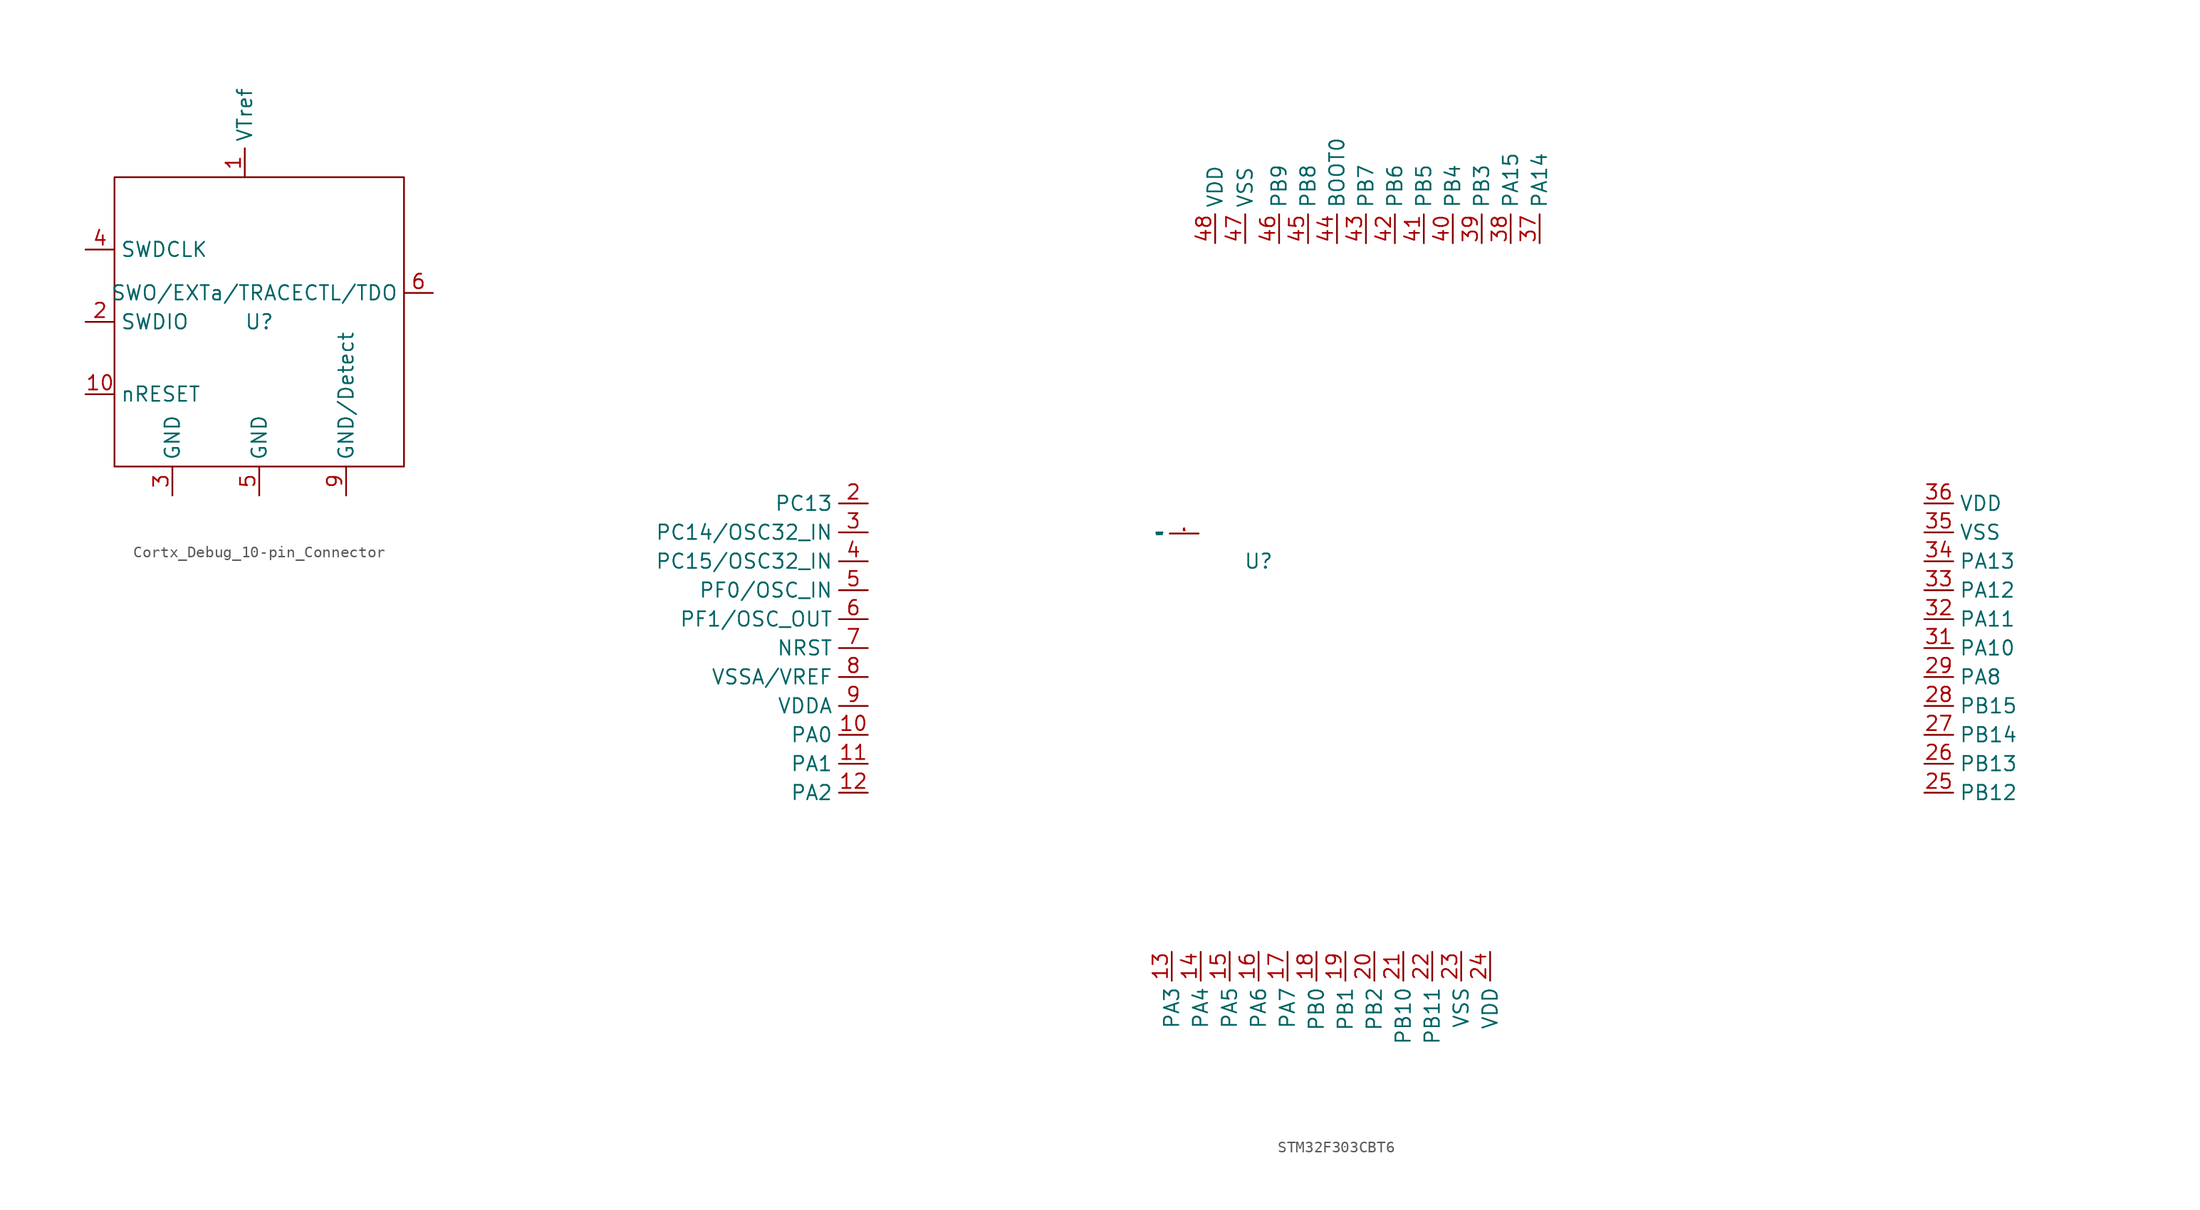
<source format=kicad_sym>
(kicad_symbol_lib
  (version 20220914)
  (generator kicad_symbol_editor)
  (symbol "Cortx_Debug_10-pin_Connector"
    (property "Reference" "U"
      (at 0 0 0)
      (effects (font (size 1.27 1.27))))
    (property "Value" ""
      (at 0 0 0)
      (effects (font (size 1.27 1.27))))
    (symbol "Cortx_Debug_10-pin_Connector_1_1"
      (rectangle (start -12.7 12.7) (end 12.7 -12.7) (stroke (width 0) (type default)) (fill (type none)))
      (pin input line (at -1.27 12.7 90) (length 2.54) (name "VTref" (effects (font (size 1.27 1.27)))) (number "1" (effects (font (size 1.27 1.27)))))
      (pin input line (at -15.24 -6.35 0) (length 2.54) (name "nRESET" (effects (font (size 1.27 1.27)))) (number "10" (effects (font (size 1.27 1.27)))))
      (pin bidirectional line (at -15.24 0 0) (length 2.54) (name "SWDIO" (effects (font (size 1.27 1.27)))) (number "2" (effects (font (size 1.27 1.27)))))
      (pin input line (at -7.62 -15.24 90) (length 2.54) (name "GND" (effects (font (size 1.27 1.27)))) (number "3" (effects (font (size 1.27 1.27)))))
      (pin input line (at -15.24 6.35 0) (length 2.54) (name "SWDCLK" (effects (font (size 1.27 1.27)))) (number "4" (effects (font (size 1.27 1.27)))))
      (pin input line (at 0 -15.24 90) (length 2.54) (name "GND" (effects (font (size 1.27 1.27)))) (number "5" (effects (font (size 1.27 1.27)))))
      (pin output line (at 15.24 2.54 180) (length 2.54) (name "SWO/EXTa/TRACECTL/TDO" (effects (font (size 1.27 1.27)))) (number "6" (effects (font (size 1.27 1.27)))))
      (pin input line (at 7.62 -15.24 90) (length 2.54) (name "GND/Detect" (effects (font (size 1.27 1.27)))) (number "9" (effects (font (size 1.27 1.27)))))))
  (symbol "STM32F303CBT6"
    (property "Reference" "U"
      (at 0 0 0)
      (effects (font (size 1.27 1.27))))
    (property "Value" ""
      (at 0 0 0)
      (effects (font (size 1.27 1.27))))
    (symbol "STM32F303CBT6_1_1"
      (pin input line (at -5.258 2.438 180) (length 2.54) (name "VBAT" (effects (font (size 0.17 0.17)))) (number "1" (effects (font (size 0.17 0.17)))))
      (pin bidirectional line (at -34.29 -15.24 180) (length 2.54) (name "PA0" (effects (font (size 1.27 1.27)))) (number "10" (effects (font (size 1.27 1.27)))))
      (pin bidirectional line (at -34.29 -17.78 180) (length 2.54) (name "PA1" (effects (font (size 1.27 1.27)))) (number "11" (effects (font (size 1.27 1.27)))))
      (pin bidirectional line (at -34.29 -20.32 180) (length 2.54) (name "PA2" (effects (font (size 1.27 1.27)))) (number "12" (effects (font (size 1.27 1.27)))))
      (pin bidirectional line (at -7.62 -34.29 270) (length 2.54) (name "PA3" (effects (font (size 1.27 1.27)))) (number "13" (effects (font (size 1.27 1.27)))))
      (pin bidirectional line (at -5.08 -34.29 270) (length 2.54) (name "PA4" (effects (font (size 1.27 1.27)))) (number "14" (effects (font (size 1.27 1.27)))))
      (pin bidirectional line (at -2.54 -34.29 270) (length 2.54) (name "PA5" (effects (font (size 1.27 1.27)))) (number "15" (effects (font (size 1.27 1.27)))))
      (pin bidirectional line (at 0 -34.29 270) (length 2.54) (name "PA6" (effects (font (size 1.27 1.27)))) (number "16" (effects (font (size 1.27 1.27)))))
      (pin bidirectional line (at 2.54 -34.29 270) (length 2.54) (name "PA7" (effects (font (size 1.27 1.27)))) (number "17" (effects (font (size 1.27 1.27)))))
      (pin bidirectional line (at 5.08 -34.29 270) (length 2.54) (name "PB0" (effects (font (size 1.27 1.27)))) (number "18" (effects (font (size 1.27 1.27)))))
      (pin bidirectional line (at 7.62 -34.29 270) (length 2.54) (name "PB1" (effects (font (size 1.27 1.27)))) (number "19" (effects (font (size 1.27 1.27)))))
      (pin bidirectional line (at -34.29 5.08 180) (length 2.54) (name "PC13" (effects (font (size 1.27 1.27)))) (number "2" (effects (font (size 1.27 1.27)))))
      (pin bidirectional line (at 10.16 -34.29 270) (length 2.54) (name "PB2" (effects (font (size 1.27 1.27)))) (number "20" (effects (font (size 1.27 1.27)))))
      (pin bidirectional line (at 12.7 -34.29 270) (length 2.54) (name "PB10" (effects (font (size 1.27 1.27)))) (number "21" (effects (font (size 1.27 1.27)))))
      (pin bidirectional line (at 15.24 -34.29 270) (length 2.54) (name "PB11" (effects (font (size 1.27 1.27)))) (number "22" (effects (font (size 1.27 1.27)))))
      (pin input line (at 17.78 -34.29 270) (length 2.54) (name "VSS" (effects (font (size 1.27 1.27)))) (number "23" (effects (font (size 1.27 1.27)))))
      (pin input line (at 20.32 -34.29 270) (length 2.54) (name "VDD" (effects (font (size 1.27 1.27)))) (number "24" (effects (font (size 1.27 1.27)))))
      (pin bidirectional line (at 58.42 -20.32 0) (length 2.54) (name "PB12" (effects (font (size 1.27 1.27)))) (number "25" (effects (font (size 1.27 1.27)))))
      (pin bidirectional line (at 58.42 -17.78 0) (length 2.54) (name "PB13" (effects (font (size 1.27 1.27)))) (number "26" (effects (font (size 1.27 1.27)))))
      (pin bidirectional line (at 58.42 -15.24 0) (length 2.54) (name "PB14" (effects (font (size 1.27 1.27)))) (number "27" (effects (font (size 1.27 1.27)))))
      (pin bidirectional line (at 58.42 -12.7 0) (length 2.54) (name "PB15" (effects (font (size 1.27 1.27)))) (number "28" (effects (font (size 1.27 1.27)))))
      (pin bidirectional line (at 58.42 -10.16 0) (length 2.54) (name "PA8" (effects (font (size 1.27 1.27)))) (number "29" (effects (font (size 1.27 1.27)))))
      (pin bidirectional line (at -34.29 2.54 180) (length 2.54) (name "PC14/OSC32_IN" (effects (font (size 1.27 1.27)))) (number "3" (effects (font (size 1.27 1.27)))))
      (pin bidirectional line (at 58.42 -7.62 0) (length 2.54) (name "PA10" (effects (font (size 1.27 1.27)))) (number "31" (effects (font (size 1.27 1.27)))))
      (pin bidirectional line (at 58.42 -5.08 0) (length 2.54) (name "PA11" (effects (font (size 1.27 1.27)))) (number "32" (effects (font (size 1.27 1.27)))))
      (pin bidirectional line (at 58.42 -2.54 0) (length 2.54) (name "PA12" (effects (font (size 1.27 1.27)))) (number "33" (effects (font (size 1.27 1.27)))))
      (pin bidirectional line (at 58.42 0 0) (length 2.54) (name "PA13" (effects (font (size 1.27 1.27)))) (number "34" (effects (font (size 1.27 1.27)))))
      (pin input line (at 58.42 2.54 0) (length 2.54) (name "VSS" (effects (font (size 1.27 1.27)))) (number "35" (effects (font (size 1.27 1.27)))))
      (pin input line (at 58.42 5.08 0) (length 2.54) (name "VDD" (effects (font (size 1.27 1.27)))) (number "36" (effects (font (size 1.27 1.27)))))
      (pin bidirectional line (at 24.661 27.93 90) (length 2.54) (name "PA14" (effects (font (size 1.27 1.27)))) (number "37" (effects (font (size 1.27 1.27)))))
      (pin bidirectional line (at 22.121 27.93 90) (length 2.54) (name "PA15" (effects (font (size 1.27 1.27)))) (number "38" (effects (font (size 1.27 1.27)))))
      (pin bidirectional line (at 19.581 27.93 90) (length 2.54) (name "PB3" (effects (font (size 1.27 1.27)))) (number "39" (effects (font (size 1.27 1.27)))))
      (pin bidirectional line (at -34.29 0 180) (length 2.54) (name "PC15/OSC32_IN" (effects (font (size 1.27 1.27)))) (number "4" (effects (font (size 1.27 1.27)))))
      (pin bidirectional line (at 17.041 27.93 90) (length 2.54) (name "PB4" (effects (font (size 1.27 1.27)))) (number "40" (effects (font (size 1.27 1.27)))))
      (pin bidirectional line (at 14.501 27.93 90) (length 2.54) (name "PB5" (effects (font (size 1.27 1.27)))) (number "41" (effects (font (size 1.27 1.27)))))
      (pin bidirectional line (at 11.961 27.93 90) (length 2.54) (name "PB6" (effects (font (size 1.27 1.27)))) (number "42" (effects (font (size 1.27 1.27)))))
      (pin bidirectional line (at 9.421 27.93 90) (length 2.54) (name "PB7" (effects (font (size 1.27 1.27)))) (number "43" (effects (font (size 1.27 1.27)))))
      (pin input line (at 6.881 27.93 90) (length 2.54) (name "BOOT0" (effects (font (size 1.27 1.27)))) (number "44" (effects (font (size 1.27 1.27)))))
      (pin bidirectional line (at 4.341 27.93 90) (length 2.54) (name "PB8" (effects (font (size 1.27 1.27)))) (number "45" (effects (font (size 1.27 1.27)))))
      (pin bidirectional line (at 1.801 27.93 90) (length 2.54) (name "PB9" (effects (font (size 1.27 1.27)))) (number "46" (effects (font (size 1.27 1.27)))))
      (pin input line (at -1.172 27.94 90) (length 2.54) (name "VSS" (effects (font (size 1.27 1.27)))) (number "47" (effects (font (size 1.27 1.27)))))
      (pin input line (at -3.81 27.94 90) (length 2.54) (name "VDD" (effects (font (size 1.27 1.27)))) (number "48" (effects (font (size 1.27 1.27)))))
      (pin bidirectional line (at -34.29 -2.54 180) (length 2.54) (name "PF0/OSC_IN" (effects (font (size 1.27 1.27)))) (number "5" (effects (font (size 1.27 1.27)))))
      (pin bidirectional line (at -34.29 -5.08 180) (length 2.54) (name "PF1/OSC_OUT" (effects (font (size 1.27 1.27)))) (number "6" (effects (font (size 1.27 1.27)))))
      (pin bidirectional line (at -34.29 -7.62 180) (length 2.54) (name "NRST" (effects (font (size 1.27 1.27)))) (number "7" (effects (font (size 1.27 1.27)))))
      (pin input line (at -34.29 -10.16 180) (length 2.54) (name "VSSA/VREF" (effects (font (size 1.27 1.27)))) (number "8" (effects (font (size 1.27 1.27)))))
      (pin input line (at -34.29 -12.7 180) (length 2.54) (name "VDDA" (effects (font (size 1.27 1.27)))) (number "9" (effects (font (size 1.27 1.27))))))))
</source>
